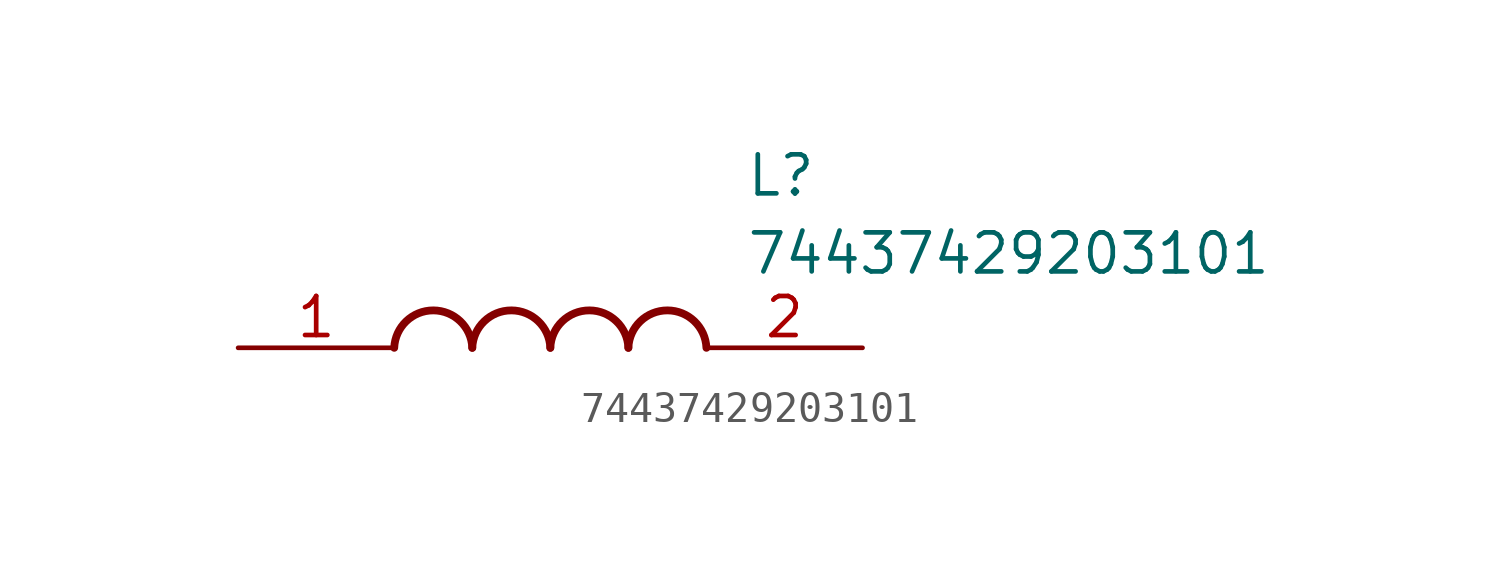
<source format=kicad_sym>
(kicad_symbol_lib
  (version 20211014)
  (generator SamacSys_ECAD_Model)
  (symbol "74437429203101"
    (pin_names hide)
    (property "Reference" "L"
      (at 16.51 6.35 0)
      (effects (font (size 1.27 1.27)) (justify left top)))
    (property "Value" "74437429203101"
      (at 16.51 3.81 0)
      (effects (font (size 1.27 1.27)) (justify left top)))
    (arc
      (start 7.62 0)
      (mid 6.35 1.219)
      (end 5.08 0)
      (stroke (width 0.254) (type default))
      (fill (type none)))
    (arc
      (start 10.16 0)
      (mid 8.89 1.219)
      (end 7.62 0)
      (stroke (width 0.254) (type default))
      (fill (type none)))
    (arc
      (start 12.7 0)
      (mid 11.43 1.219)
      (end 10.16 0)
      (stroke (width 0.254) (type default))
      (fill (type none)))
    (arc
      (start 15.24 0)
      (mid 13.97 1.219)
      (end 12.7 0)
      (stroke (width 0.254) (type default))
      (fill (type none)))
    (pin passive line
      (at 0 0 0)
      (length 5.08)
      (name "1" (effects (font (size 1.27 1.27))))
      (number "1" (effects (font (size 1.27 1.27)))))
    (pin passive line
      (at 20.32 0 180)
      (length 5.08)
      (name "2" (effects (font (size 1.27 1.27))))
      (number "2" (effects (font (size 1.27 1.27)))))))
</source>
